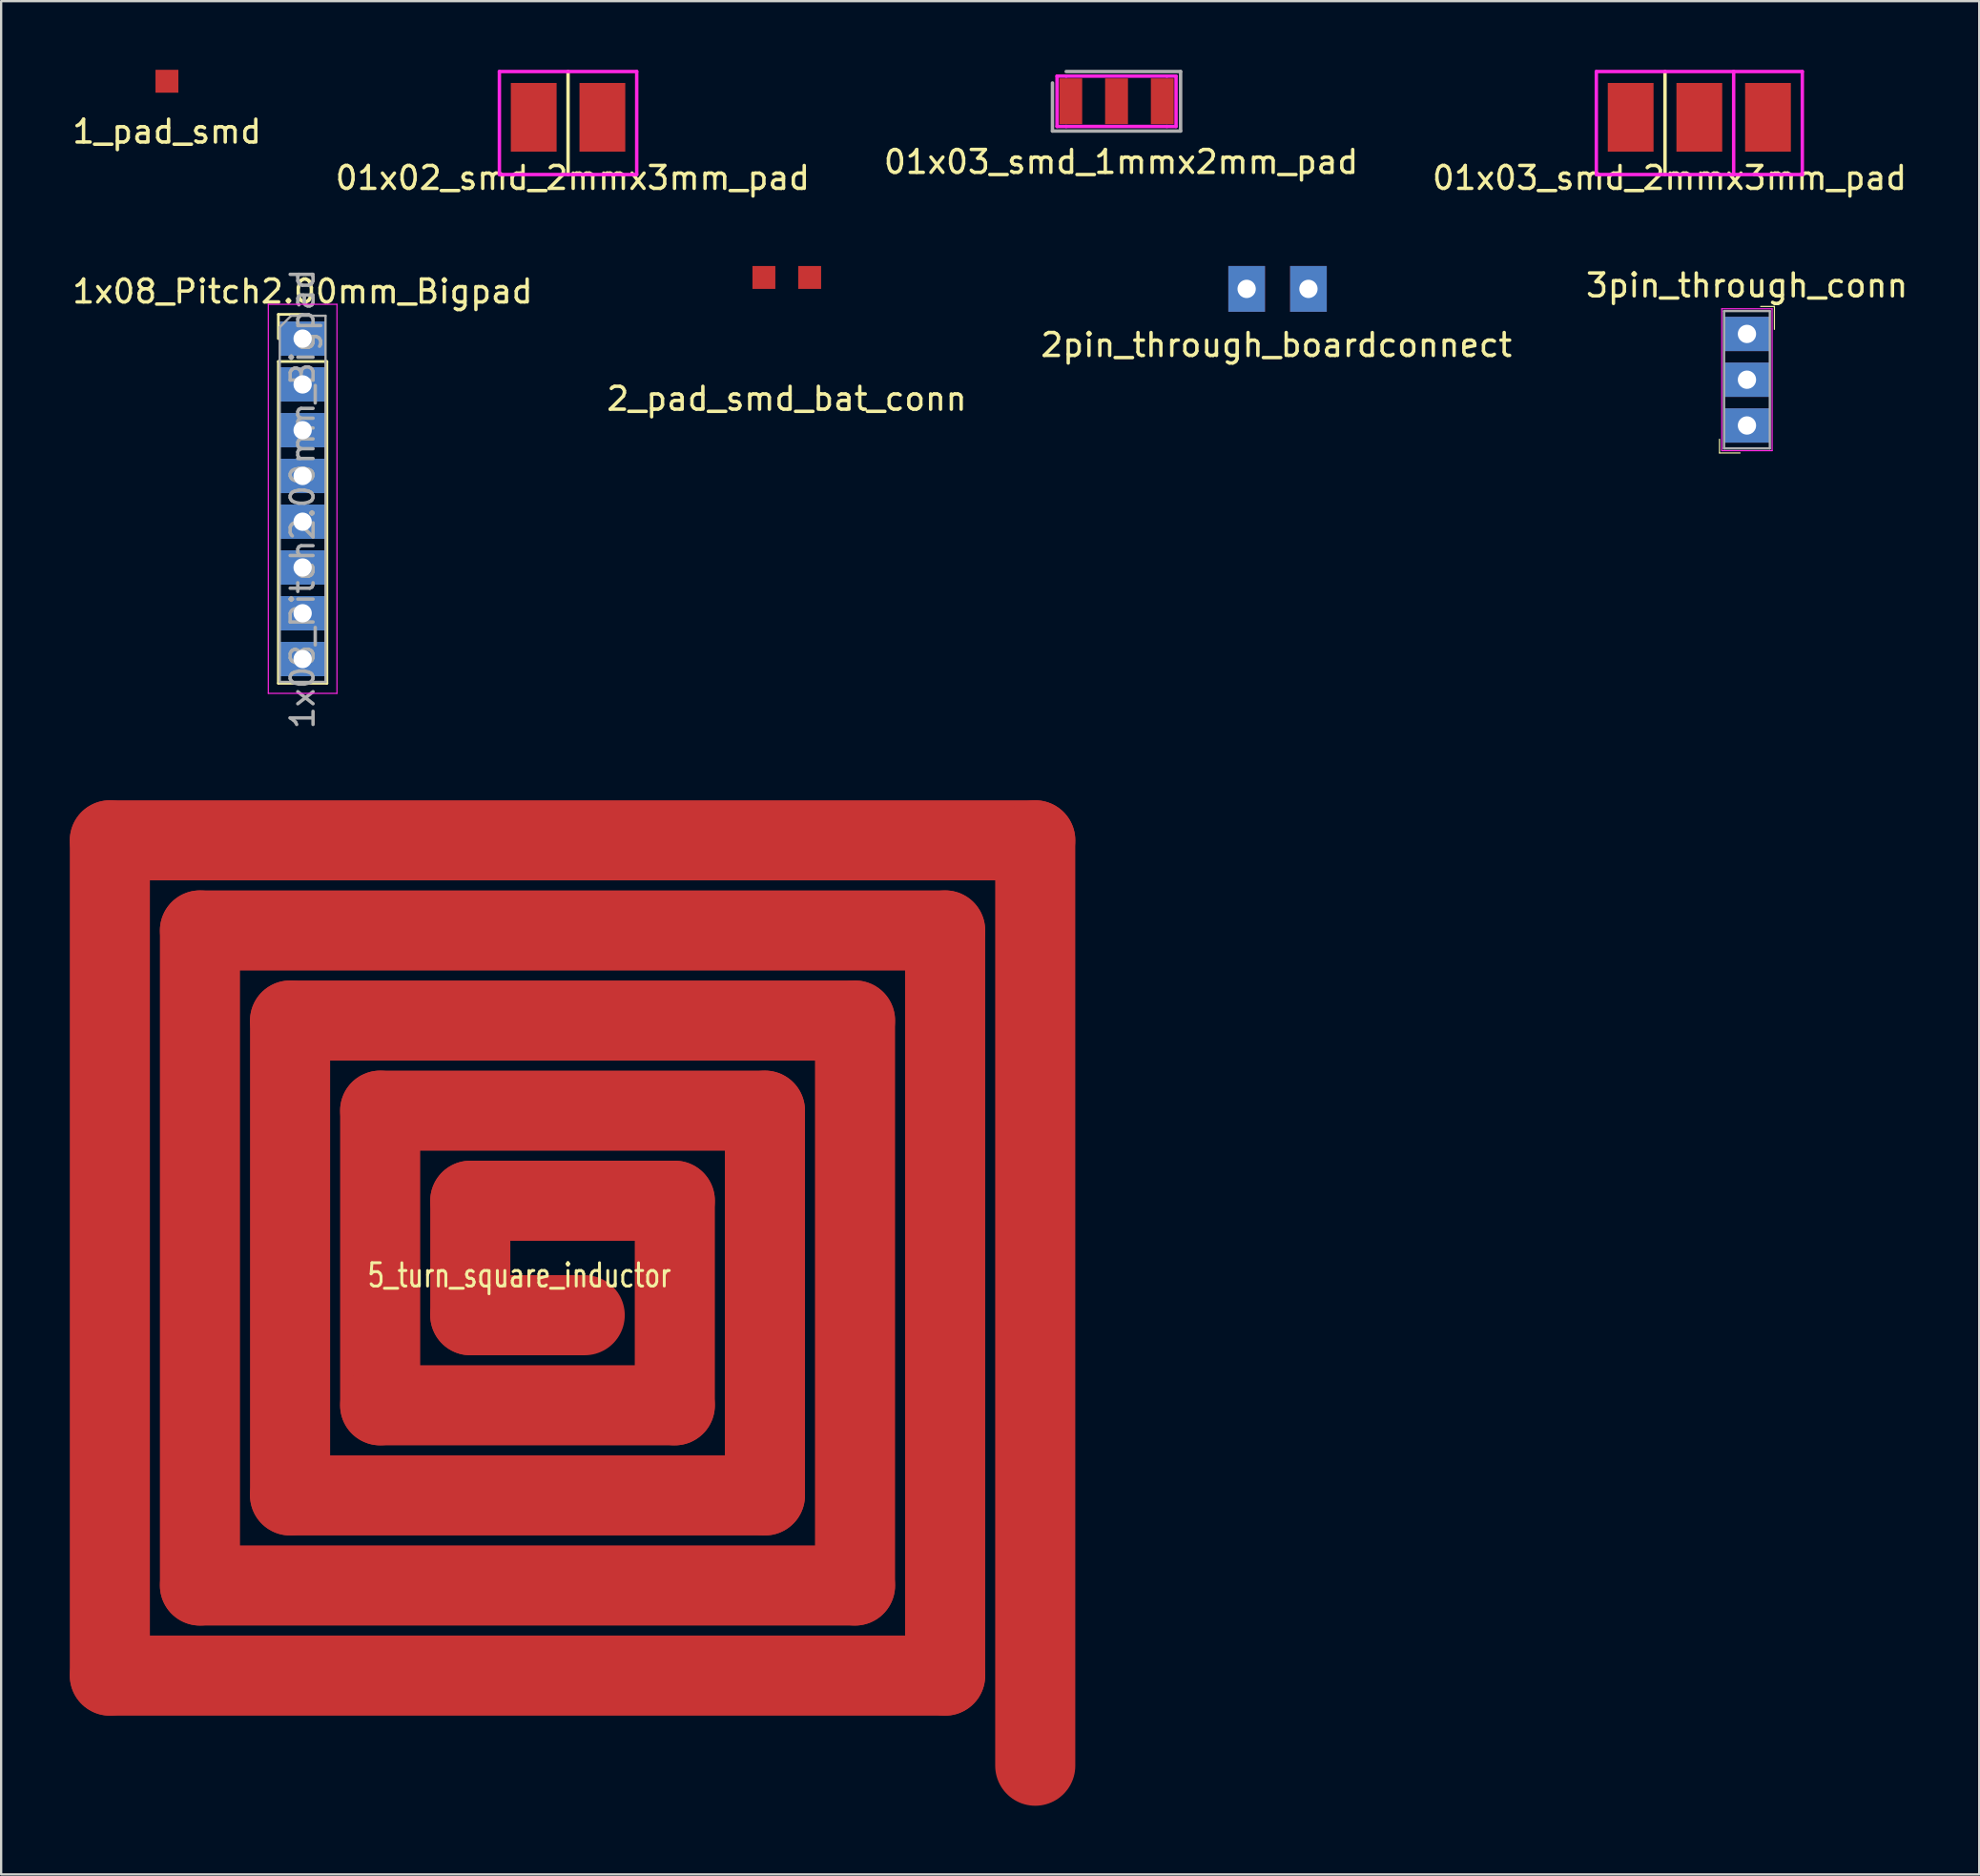
<source format=kicad_pcb>
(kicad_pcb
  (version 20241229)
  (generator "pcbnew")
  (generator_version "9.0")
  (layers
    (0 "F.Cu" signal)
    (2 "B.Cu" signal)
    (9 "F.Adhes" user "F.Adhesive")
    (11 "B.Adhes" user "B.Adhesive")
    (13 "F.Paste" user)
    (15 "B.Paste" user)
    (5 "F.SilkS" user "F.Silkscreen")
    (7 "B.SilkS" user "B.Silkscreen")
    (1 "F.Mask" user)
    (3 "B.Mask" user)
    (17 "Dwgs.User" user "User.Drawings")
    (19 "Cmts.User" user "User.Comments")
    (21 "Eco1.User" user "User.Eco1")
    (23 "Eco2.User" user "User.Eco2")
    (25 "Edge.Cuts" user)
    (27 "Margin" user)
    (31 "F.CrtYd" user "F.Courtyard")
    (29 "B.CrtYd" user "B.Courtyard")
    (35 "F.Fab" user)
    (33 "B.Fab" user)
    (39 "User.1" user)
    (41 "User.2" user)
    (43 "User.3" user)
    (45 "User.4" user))
  (footprint "2pin_through_boardconnect"
    (layer "F.Cu")
    (at 52.77 9.573)
    (property "Reference" "2pin_through_boardconnect" (at -0.05 2.45 0) (layer "F.SilkS") (effects (font (size 1 1) (thickness 0.15))))
    (attr through_hole)
    (pad "1" thru_hole rect (at -1.35 0) (size 1.6 2) (drill 0.8) (layers "*.Cu" "*.Mask"))
    (pad "2" thru_hole rect (at 1.35 0) (size 1.6 2) (drill 0.8) (layers "*.Cu" "*.Mask")))
  (footprint "01x02_smd_2mmx3mm_pad"
    (layer "F.Cu")
    (at 21.77 2.075)
    (property "Reference" "01x02_smd_2mmx3mm_pad" (at 0.2 2.65 0) (layer "F.SilkS") (effects (font (size 1 1) (thickness 0.15))))
    (attr through_hole)
    (fp_line (start 0 -2) (end 0 2.5) (stroke (width 0.15) (type solid)) (layer "F.SilkS"))
    (fp_line (start -3 -2) (end 3 -2) (stroke (width 0.15) (type solid)) (layer "F.CrtYd"))
    (fp_line (start -3 2.5) (end -3 -2) (stroke (width 0.15) (type solid)) (layer "F.CrtYd"))
    (fp_line (start 3 -2) (end 3 2.5) (stroke (width 0.15) (type solid)) (layer "F.CrtYd"))
    (fp_line (start 3 2.5) (end -3 2.5) (stroke (width 0.15) (type solid)) (layer "F.CrtYd"))
    (pad "1" smd rect (at -1.5 0) (size 2 3) (layers "F.Cu" "F.Mask" "F.Paste"))
    (pad "2" smd rect (at 1.5 0) (size 2 3) (layers "F.Cu" "F.Mask" "F.Paste")))
  (footprint "01x03_smd_2mmx3mm_pad"
    (layer "F.Cu")
    (at 69.699 2.075)
    (property "Reference" "01x03_smd_2mmx3mm_pad" (at 0.2 2.65 0) (layer "F.SilkS") (effects (font (size 1 1) (thickness 0.15))))
    (attr through_hole)
    (fp_line (start 0 -2) (end 0 2.5) (stroke (width 0.15) (type solid)) (layer "F.SilkS"))
    (fp_line (start -3 -2) (end 3 -2) (stroke (width 0.15) (type solid)) (layer "F.CrtYd"))
    (fp_line (start -3 2.5) (end -3 -2) (stroke (width 0.15) (type solid)) (layer "F.CrtYd"))
    (fp_line (start 3 -2) (end 3 2.5) (stroke (width 0.15) (type solid)) (layer "F.CrtYd"))
    (fp_line (start 3 -2) (end 6 -2) (stroke (width 0.15) (type solid)) (layer "F.CrtYd"))
    (fp_line (start 3 2.5) (end -3 2.5) (stroke (width 0.15) (type solid)) (layer "F.CrtYd"))
    (fp_line (start 6 -2) (end 6 2.5) (stroke (width 0.15) (type solid)) (layer "F.CrtYd"))
    (fp_line (start 6 2.5) (end 3 2.5) (stroke (width 0.15) (type solid)) (layer "F.CrtYd"))
    (pad "1" smd rect (at -1.5 0) (size 2 3) (layers "F.Cu" "F.Mask" "F.Paste"))
    (pad "2" smd rect (at 1.5 0) (size 2 3) (layers "F.Cu" "F.Mask" "F.Paste"))
    (pad "3" smd rect (at 4.5 0) (size 2 3) (layers "F.Cu" "F.Mask" "F.Paste")))
  (footprint "3pin_through_conn"
    (layer "F.Cu")
    (at 73.28 11.541)
    (property "Reference" "3pin_through_conn" (at 0 -2.12 0) (layer "F.SilkS") (effects (font (size 1 1) (thickness 0.15))))
    (attr through_hole)
    (fp_line (start -1.2 4.6) (end -1.2 5.2) (stroke (width 0.05) (type solid)) (layer "F.SilkS"))
    (fp_line (start -1.2 5.2) (end -0.3 5.2) (stroke (width 0.05) (type solid)) (layer "F.SilkS"))
    (fp_line (start 0.6 -1.2) (end 1.2 -1.2) (stroke (width 0.05) (type solid)) (layer "F.SilkS"))
    (fp_line (start 1.2 -1.2) (end 1.2 -0.2) (stroke (width 0.05) (type solid)) (layer "F.SilkS"))
    (fp_line (start -1.1 -1.1) (end 1.1 -1.1) (stroke (width 0.05) (type solid)) (layer "F.CrtYd"))
    (fp_line (start -1.1 5.1) (end -1.1 -1.1) (stroke (width 0.05) (type solid)) (layer "F.CrtYd"))
    (fp_line (start 1.1 -1.1) (end 1.1 5.1) (stroke (width 0.05) (type solid)) (layer "F.CrtYd"))
    (fp_line (start 1.1 5.1) (end -1.1 5.1) (stroke (width 0.05) (type solid)) (layer "F.CrtYd"))
    (fp_line (start -1 -1) (end -1 5) (stroke (width 0.1) (type solid)) (layer "F.Fab"))
    (fp_line (start -1 5) (end 1 5) (stroke (width 0.1) (type solid)) (layer "F.Fab"))
    (fp_line (start 1 -1) (end -1 -1) (stroke (width 0.1) (type solid)) (layer "F.Fab"))
    (fp_line (start 1 5) (end 1 -1) (stroke (width 0.1) (type solid)) (layer "F.Fab"))
    (pad "1" thru_hole rect (at 0 0) (size 2 1.5) (drill 0.8) (layers "*.Cu" "*.Mask"))
    (pad "2" thru_hole rect (at 0 2) (size 2 1.5) (drill 0.8) (layers "*.Cu" "*.Mask"))
    (pad "3" thru_hole rect (at 0 4) (size 2 1.5) (drill 0.8) (layers "*.Cu" "*.Mask")))
  (footprint "2_pad_smd_bat_conn"
    (layer "F.Cu")
    (at 31.327 9.073)
    (property "Reference" "2_pad_smd_bat_conn" (at 0 5.3 0) (layer "F.SilkS") (effects (font (size 1 1) (thickness 0.15))))
    (attr through_hole)
    (pad "1" smd rect (at -1 0) (size 1 1) (layers "F.Cu" "F.Mask" "F.Paste"))
    (pad "2" smd rect (at 1 0) (size 1 1) (layers "F.Cu" "F.Mask" "F.Paste")))
  (footprint "1x08_Pitch2.00mm_Bigpad"
    (layer "F.Cu")
    (at 10.173 11.746)
    (property "Reference" "1x08_Pitch2.00mm_Bigpad" (at 0 -2.06 0) (layer "F.SilkS") (effects (font (size 1 1) (thickness 0.15))))
    (attr through_hole)
    (fp_line (start -1.06 -1.06) (end 0 -1.06) (stroke (width 0.12) (type solid)) (layer "F.SilkS"))
    (fp_line (start -1.06 0) (end -1.06 -1.06) (stroke (width 0.12) (type solid)) (layer "F.SilkS"))
    (fp_line (start -1.06 1) (end -1.06 15.06) (stroke (width 0.12) (type solid)) (layer "F.SilkS"))
    (fp_line (start -1.06 1) (end 1.06 1) (stroke (width 0.12) (type solid)) (layer "F.SilkS"))
    (fp_line (start -1.06 15.06) (end 1.06 15.06) (stroke (width 0.12) (type solid)) (layer "F.SilkS"))
    (fp_line (start 1.06 1) (end 1.06 15.06) (stroke (width 0.12) (type solid)) (layer "F.SilkS"))
    (fp_line (start -1.5 -1.5) (end -1.5 15.5) (stroke (width 0.05) (type solid)) (layer "F.CrtYd"))
    (fp_line (start -1.5 15.5) (end 1.5 15.5) (stroke (width 0.05) (type solid)) (layer "F.CrtYd"))
    (fp_line (start 1.5 -1.5) (end -1.5 -1.5) (stroke (width 0.05) (type solid)) (layer "F.CrtYd"))
    (fp_line (start 1.5 15.5) (end 1.5 -1.5) (stroke (width 0.05) (type solid)) (layer "F.CrtYd"))
    (fp_line (start -1 -0.5) (end -0.5 -1) (stroke (width 0.1) (type solid)) (layer "F.Fab"))
    (fp_line (start -1 15) (end -1 -0.5) (stroke (width 0.1) (type solid)) (layer "F.Fab"))
    (fp_line (start -0.5 -1) (end 1 -1) (stroke (width 0.1) (type solid)) (layer "F.Fab"))
    (fp_line (start 1 -1) (end 1 15) (stroke (width 0.1) (type solid)) (layer "F.Fab"))
    (fp_line (start 1 15) (end -1 15) (stroke (width 0.1) (type solid)) (layer "F.Fab"))
    (fp_text user "${REFERENCE}" (at 0 7 90) (layer "F.Fab") (effects (font (size 1 1) (thickness 0.15))))
    (pad "1" thru_hole rect (at 0 0) (size 2 1.5) (drill 0.8) (layers "*.Cu" "*.Mask"))
    (pad "2" thru_hole rect (at 0 2) (size 2 1.5) (drill 0.8) (layers "*.Cu" "*.Mask"))
    (pad "3" thru_hole rect (at 0 4) (size 2 1.5) (drill 0.8) (layers "*.Cu" "*.Mask"))
    (pad "4" thru_hole rect (at 0 6) (size 2 1.5) (drill 0.8) (layers "*.Cu" "*.Mask"))
    (pad "5" thru_hole rect (at 0 8) (size 2 1.5) (drill 0.8) (layers "*.Cu" "*.Mask"))
    (pad "6" thru_hole rect (at 0 10) (size 2 1.5) (drill 0.8) (layers "*.Cu" "*.Mask"))
    (pad "7" thru_hole rect (at 0 12) (size 2 1.5) (drill 0.8) (layers "*.Cu" "*.Mask"))
    (pad "8" thru_hole rect (at 0 14) (size 2 1.5) (drill 0.8) (layers "*.Cu" "*.Mask")))
  (footprint "1_pad_smd"
    (layer "F.Cu")
    (at 4.244 0.5)
    (property "Reference" "1_pad_smd" (at 0 2.2 0) (layer "F.SilkS") (effects (font (size 1 1) (thickness 0.15))))
    (attr through_hole)
    (pad "1" smd rect (at 0 0) (size 1 1) (layers "F.Cu" "F.Mask" "F.Paste")))
  (footprint "5_turn_square_inductor"
    (layer "F.Cu")
    (at 19.998 51.916)
    (property "Reference" "5_turn_square_inductor" (at -0.356 0.762 0) (layer "F.SilkS") (effects (font (size 1.016 0.762) (thickness 0.127))))
    (attr through_hole)
    (pad "1" smd oval (at -18.248 0 90) (size 39.996 3.5) (layers "F.Cu" "F.Mask" "F.Paste"))
    (pad "1" smd oval (at -14.311 0 90) (size 32.122 3.5) (layers "F.Cu" "F.Mask" "F.Paste"))
    (pad "1" smd oval (at -10.374 0 90) (size 24.248 3.5) (layers "F.Cu" "F.Mask" "F.Paste"))
    (pad "1" smd oval (at -6.437 0 90) (size 16.374 3.5) (layers "F.Cu" "F.Mask" "F.Paste"))
    (pad "1" smd oval (at -2.5 0 90) (size 8.5 3.5) (layers "F.Cu" "F.Mask" "F.Paste"))
    (pad "1" smd oval (at 0 2.5 180) (size 8.5 3.5) (layers "F.Cu" "F.Mask" "F.Paste"))
    (pad "1" smd oval (at 0 6.437 180) (size 16.374 3.5) (layers "F.Cu" "F.Mask" "F.Paste"))
    (pad "1" smd oval (at 0 10.374 180) (size 24.248 3.5) (layers "F.Cu" "F.Mask" "F.Paste"))
    (pad "1" smd oval (at 0 14.311 180) (size 32.122 3.5) (layers "F.Cu" "F.Mask" "F.Paste"))
    (pad "1" smd oval (at 0 18.248 180) (size 39.996 3.5) (layers "F.Cu" "F.Mask" "F.Paste"))
    (pad "1" smd oval (at 1.968 -18.248) (size 43.933 3.5) (layers "F.Cu" "F.Mask" "F.Paste"))
    (pad "1" smd oval (at 1.968 -14.311) (size 36.059 3.5) (layers "F.Cu" "F.Mask" "F.Paste"))
    (pad "1" smd oval (at 1.968 -10.374) (size 28.185 3.5) (layers "F.Cu" "F.Mask" "F.Paste"))
    (pad "1" smd oval (at 1.968 -6.437) (size 20.311 3.5) (layers "F.Cu" "F.Mask" "F.Paste"))
    (pad "1" smd oval (at 1.968 -2.5) (size 12.437 3.5) (layers "F.Cu" "F.Mask" "F.Paste"))
    (pad "1" smd oval (at 6.437 1.968 270) (size 12.437 3.5) (layers "F.Cu" "F.Mask" "F.Paste"))
    (pad "1" smd oval (at 10.374 1.968 270) (size 20.311 3.5) (layers "F.Cu" "F.Mask" "F.Paste"))
    (pad "1" smd oval (at 14.311 1.968 270) (size 28.185 3.5) (layers "F.Cu" "F.Mask" "F.Paste"))
    (pad "1" smd oval (at 18.248 1.968 270) (size 36.059 3.5) (layers "F.Cu" "F.Mask" "F.Paste"))
    (pad "1" smd oval (at 22.185 1.968 270) (size 43.933 3.5) (layers "F.Cu" "F.Mask" "F.Paste")))
  (footprint "01x03_smd_1mmx2mm_pad"
    (layer "F.Cu")
    (at 45.735 1.375)
    (property "Reference" "01x03_smd_1mmx2mm_pad" (at 0.2 2.65 0) (layer "F.SilkS") (effects (font (size 1 1) (thickness 0.15))))
    (attr through_hole)
    (fp_line (start -2.6 -1.1) (end -2.6 1.1) (stroke (width 0.15) (type solid)) (layer "F.CrtYd"))
    (fp_line (start -2.6 1.1) (end -2.2 1.1) (stroke (width 0.15) (type solid)) (layer "F.CrtYd"))
    (fp_line (start -2.2 -1.1) (end -2.6 -1.1) (stroke (width 0.15) (type solid)) (layer "F.CrtYd"))
    (fp_line (start -2.2 -1.1) (end 2.2 -1.1) (stroke (width 0.15) (type solid)) (layer "F.CrtYd"))
    (fp_line (start 2.2 -1.1) (end 2.6 -1.1) (stroke (width 0.15) (type solid)) (layer "F.CrtYd"))
    (fp_line (start 2.2 1.1) (end -2.2 1.1) (stroke (width 0.15) (type solid)) (layer "F.CrtYd"))
    (fp_line (start 2.6 -1.1) (end 2.6 1.1) (stroke (width 0.15) (type solid)) (layer "F.CrtYd"))
    (fp_line (start 2.6 1.1) (end 2.2 1.1) (stroke (width 0.15) (type solid)) (layer "F.CrtYd"))
    (fp_line (start -2.8 -0.8) (end -2.8 1.3) (stroke (width 0.15) (type solid)) (layer "F.Fab"))
    (fp_line (start -2.8 1.3) (end 2.8 1.3) (stroke (width 0.15) (type solid)) (layer "F.Fab"))
    (fp_line (start 2.8 -1.3) (end -2.2 -1.3) (stroke (width 0.15) (type solid)) (layer "F.Fab"))
    (fp_line (start 2.8 1.3) (end 2.8 -1.3) (stroke (width 0.15) (type solid)) (layer "F.Fab"))
    (pad "1" smd rect (at -2 0) (size 1 2) (layers "F.Cu" "F.Mask" "F.Paste"))
    (pad "2" smd rect (at 0 0) (size 1 2) (layers "F.Cu" "F.Mask" "F.Paste"))
    (pad "3" smd rect (at 2 0) (size 1 2) (layers "F.Cu" "F.Mask" "F.Paste")))
  (gr_rect
    (start -3 -3)
    (end 83.429 78.851)
    (stroke (width 0.1) (type default))
    (fill no)
    (layer "Edge.Cuts")))
</source>
